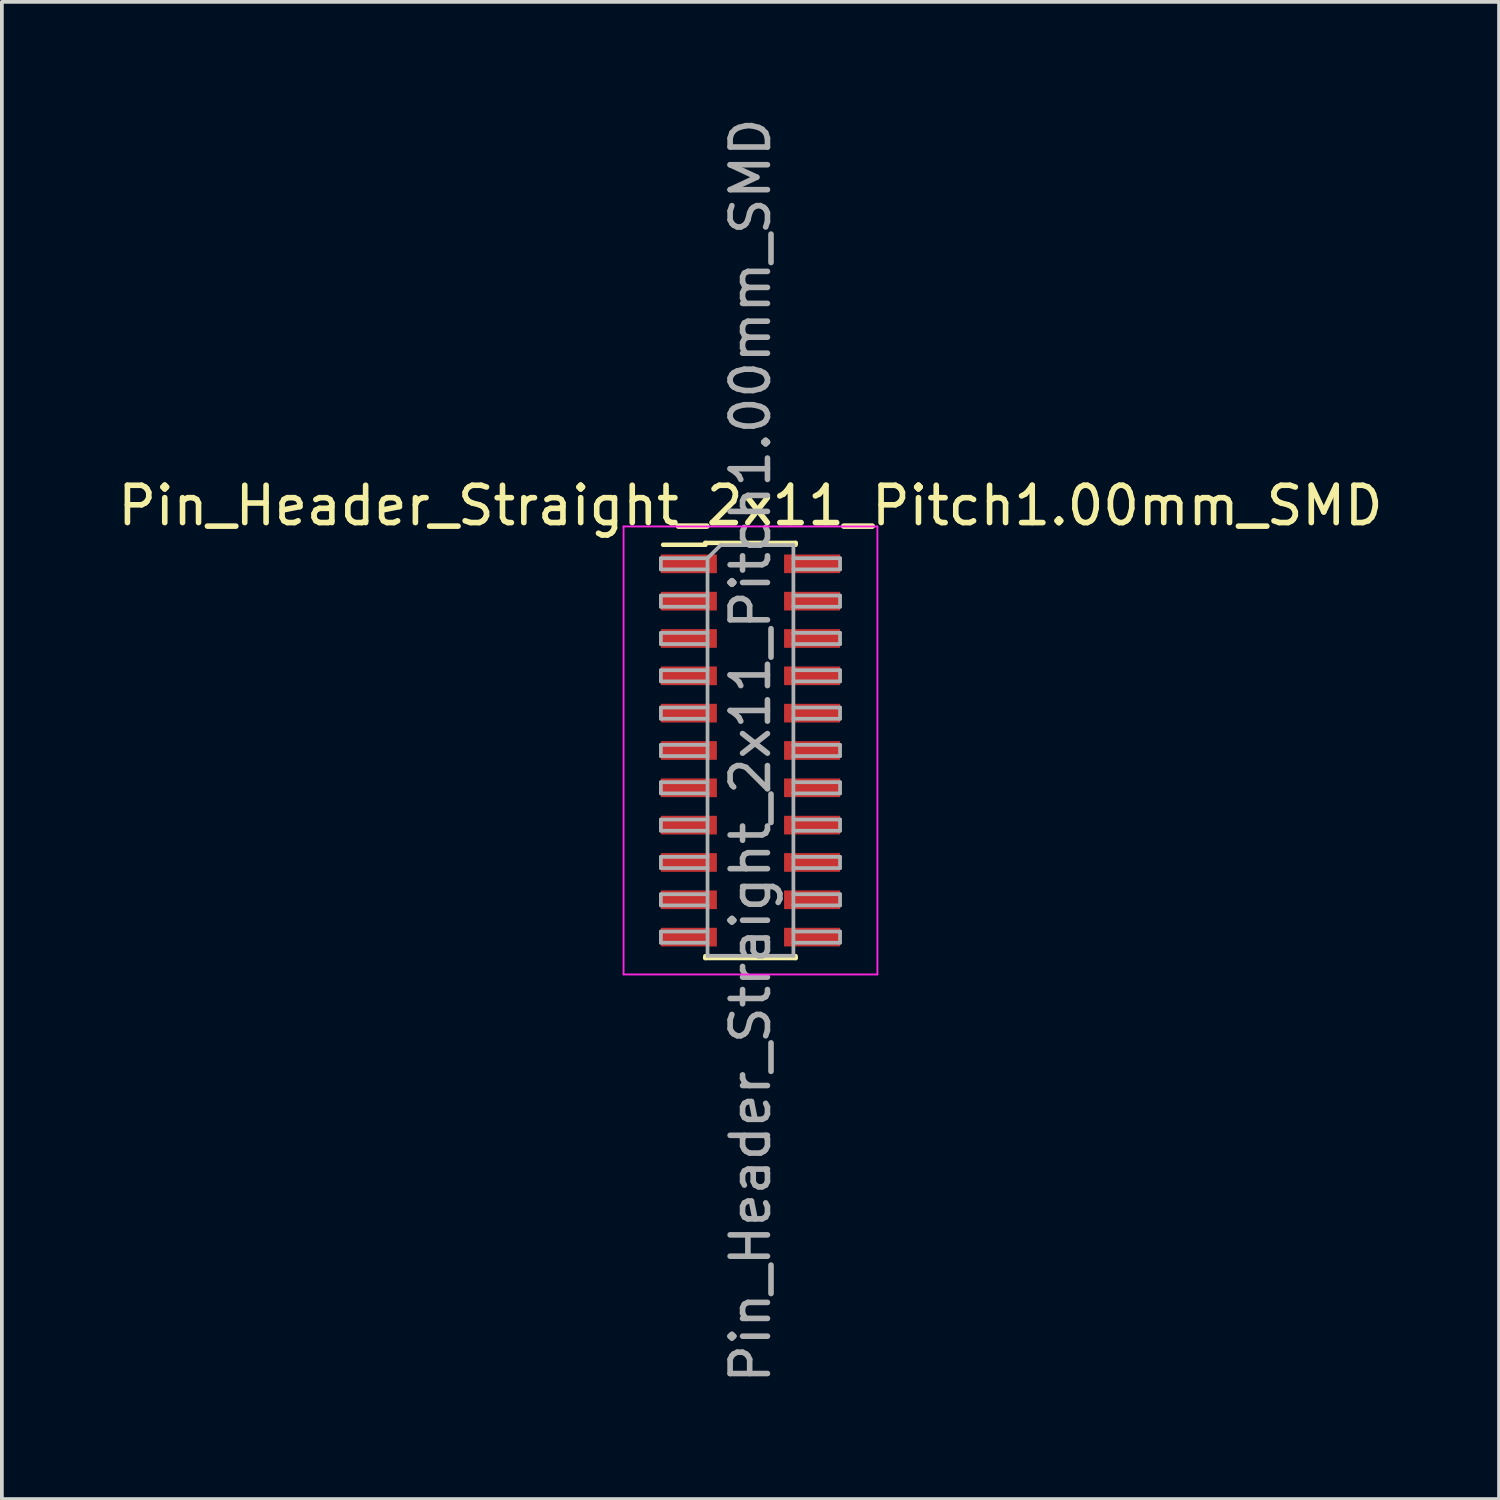
<source format=kicad_pcb>
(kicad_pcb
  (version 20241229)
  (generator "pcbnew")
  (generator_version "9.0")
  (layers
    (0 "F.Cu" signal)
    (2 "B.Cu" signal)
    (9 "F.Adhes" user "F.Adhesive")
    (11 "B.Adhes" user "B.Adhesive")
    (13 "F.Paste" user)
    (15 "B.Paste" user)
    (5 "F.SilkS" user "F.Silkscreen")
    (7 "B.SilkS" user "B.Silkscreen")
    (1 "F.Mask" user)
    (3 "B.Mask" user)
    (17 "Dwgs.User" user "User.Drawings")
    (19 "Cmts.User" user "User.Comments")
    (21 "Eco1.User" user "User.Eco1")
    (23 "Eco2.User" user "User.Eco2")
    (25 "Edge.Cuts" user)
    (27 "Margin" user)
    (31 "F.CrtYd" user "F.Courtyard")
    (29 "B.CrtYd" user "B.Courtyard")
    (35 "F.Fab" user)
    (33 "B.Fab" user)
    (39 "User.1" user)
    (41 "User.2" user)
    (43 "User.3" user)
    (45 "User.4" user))
  (footprint "Pin_Header_Straight_2x11_Pitch1.00mm_SMD"
    (layer "F.Cu")
    (at 17.054 17.054)
    (property "Reference" "Pin_Header_Straight_2x11_Pitch1.00mm_SMD" (at 0 -6.56 0) (layer "F.SilkS") (effects (font (size 1 1) (thickness 0.15))))
    (attr smd)
    (fp_line (start -2.34 -5.51) (end -1.21 -5.51) (stroke (width 0.12) (type solid)) (layer "F.SilkS"))
    (fp_line (start -1.21 -5.56) (end -1.21 -5.51) (stroke (width 0.12) (type solid)) (layer "F.SilkS"))
    (fp_line (start -1.21 -5.56) (end 1.21 -5.56) (stroke (width 0.12) (type solid)) (layer "F.SilkS"))
    (fp_line (start -1.21 5.51) (end -1.21 5.56) (stroke (width 0.12) (type solid)) (layer "F.SilkS"))
    (fp_line (start -1.21 5.56) (end 1.21 5.56) (stroke (width 0.12) (type solid)) (layer "F.SilkS"))
    (fp_line (start 1.21 -5.56) (end 1.21 -5.51) (stroke (width 0.12) (type solid)) (layer "F.SilkS"))
    (fp_line (start 1.21 5.51) (end 1.21 5.56) (stroke (width 0.12) (type solid)) (layer "F.SilkS"))
    (fp_line (start -3.4 -6) (end -3.4 6) (stroke (width 0.05) (type solid)) (layer "F.CrtYd"))
    (fp_line (start -3.4 6) (end 3.4 6) (stroke (width 0.05) (type solid)) (layer "F.CrtYd"))
    (fp_line (start 3.4 -6) (end -3.4 -6) (stroke (width 0.05) (type solid)) (layer "F.CrtYd"))
    (fp_line (start 3.4 6) (end 3.4 -6) (stroke (width 0.05) (type solid)) (layer "F.CrtYd"))
    (fp_line (start -2.4 -5.15) (end -2.4 -4.85) (stroke (width 0.1) (type solid)) (layer "F.Fab"))
    (fp_line (start -2.4 -4.85) (end -1.15 -4.85) (stroke (width 0.1) (type solid)) (layer "F.Fab"))
    (fp_line (start -2.4 -4.15) (end -2.4 -3.85) (stroke (width 0.1) (type solid)) (layer "F.Fab"))
    (fp_line (start -2.4 -3.85) (end -1.15 -3.85) (stroke (width 0.1) (type solid)) (layer "F.Fab"))
    (fp_line (start -2.4 -3.15) (end -2.4 -2.85) (stroke (width 0.1) (type solid)) (layer "F.Fab"))
    (fp_line (start -2.4 -2.85) (end -1.15 -2.85) (stroke (width 0.1) (type solid)) (layer "F.Fab"))
    (fp_line (start -2.4 -2.15) (end -2.4 -1.85) (stroke (width 0.1) (type solid)) (layer "F.Fab"))
    (fp_line (start -2.4 -1.85) (end -1.15 -1.85) (stroke (width 0.1) (type solid)) (layer "F.Fab"))
    (fp_line (start -2.4 -1.15) (end -2.4 -0.85) (stroke (width 0.1) (type solid)) (layer "F.Fab"))
    (fp_line (start -2.4 -0.85) (end -1.15 -0.85) (stroke (width 0.1) (type solid)) (layer "F.Fab"))
    (fp_line (start -2.4 -0.15) (end -2.4 0.15) (stroke (width 0.1) (type solid)) (layer "F.Fab"))
    (fp_line (start -2.4 0.15) (end -1.15 0.15) (stroke (width 0.1) (type solid)) (layer "F.Fab"))
    (fp_line (start -2.4 0.85) (end -2.4 1.15) (stroke (width 0.1) (type solid)) (layer "F.Fab"))
    (fp_line (start -2.4 1.15) (end -1.15 1.15) (stroke (width 0.1) (type solid)) (layer "F.Fab"))
    (fp_line (start -2.4 1.85) (end -2.4 2.15) (stroke (width 0.1) (type solid)) (layer "F.Fab"))
    (fp_line (start -2.4 2.15) (end -1.15 2.15) (stroke (width 0.1) (type solid)) (layer "F.Fab"))
    (fp_line (start -2.4 2.85) (end -2.4 3.15) (stroke (width 0.1) (type solid)) (layer "F.Fab"))
    (fp_line (start -2.4 3.15) (end -1.15 3.15) (stroke (width 0.1) (type solid)) (layer "F.Fab"))
    (fp_line (start -2.4 3.85) (end -2.4 4.15) (stroke (width 0.1) (type solid)) (layer "F.Fab"))
    (fp_line (start -2.4 4.15) (end -1.15 4.15) (stroke (width 0.1) (type solid)) (layer "F.Fab"))
    (fp_line (start -2.4 4.85) (end -2.4 5.15) (stroke (width 0.1) (type solid)) (layer "F.Fab"))
    (fp_line (start -2.4 5.15) (end -1.15 5.15) (stroke (width 0.1) (type solid)) (layer "F.Fab"))
    (fp_line (start -1.15 -5.15) (end -2.4 -5.15) (stroke (width 0.1) (type solid)) (layer "F.Fab"))
    (fp_line (start -1.15 -5.15) (end -0.8 -5.5) (stroke (width 0.1) (type solid)) (layer "F.Fab"))
    (fp_line (start -1.15 -4.15) (end -2.4 -4.15) (stroke (width 0.1) (type solid)) (layer "F.Fab"))
    (fp_line (start -1.15 -3.15) (end -2.4 -3.15) (stroke (width 0.1) (type solid)) (layer "F.Fab"))
    (fp_line (start -1.15 -2.15) (end -2.4 -2.15) (stroke (width 0.1) (type solid)) (layer "F.Fab"))
    (fp_line (start -1.15 -1.15) (end -2.4 -1.15) (stroke (width 0.1) (type solid)) (layer "F.Fab"))
    (fp_line (start -1.15 -0.15) (end -2.4 -0.15) (stroke (width 0.1) (type solid)) (layer "F.Fab"))
    (fp_line (start -1.15 0.85) (end -2.4 0.85) (stroke (width 0.1) (type solid)) (layer "F.Fab"))
    (fp_line (start -1.15 1.85) (end -2.4 1.85) (stroke (width 0.1) (type solid)) (layer "F.Fab"))
    (fp_line (start -1.15 2.85) (end -2.4 2.85) (stroke (width 0.1) (type solid)) (layer "F.Fab"))
    (fp_line (start -1.15 3.85) (end -2.4 3.85) (stroke (width 0.1) (type solid)) (layer "F.Fab"))
    (fp_line (start -1.15 4.85) (end -2.4 4.85) (stroke (width 0.1) (type solid)) (layer "F.Fab"))
    (fp_line (start -1.15 5.5) (end -1.15 -5.15) (stroke (width 0.1) (type solid)) (layer "F.Fab"))
    (fp_line (start -0.8 -5.5) (end 1.15 -5.5) (stroke (width 0.1) (type solid)) (layer "F.Fab"))
    (fp_line (start 1.15 -5.5) (end 1.15 5.5) (stroke (width 0.1) (type solid)) (layer "F.Fab"))
    (fp_line (start 1.15 -5.15) (end 2.4 -5.15) (stroke (width 0.1) (type solid)) (layer "F.Fab"))
    (fp_line (start 1.15 -4.15) (end 2.4 -4.15) (stroke (width 0.1) (type solid)) (layer "F.Fab"))
    (fp_line (start 1.15 -3.15) (end 2.4 -3.15) (stroke (width 0.1) (type solid)) (layer "F.Fab"))
    (fp_line (start 1.15 -2.15) (end 2.4 -2.15) (stroke (width 0.1) (type solid)) (layer "F.Fab"))
    (fp_line (start 1.15 -1.15) (end 2.4 -1.15) (stroke (width 0.1) (type solid)) (layer "F.Fab"))
    (fp_line (start 1.15 -0.15) (end 2.4 -0.15) (stroke (width 0.1) (type solid)) (layer "F.Fab"))
    (fp_line (start 1.15 0.85) (end 2.4 0.85) (stroke (width 0.1) (type solid)) (layer "F.Fab"))
    (fp_line (start 1.15 1.85) (end 2.4 1.85) (stroke (width 0.1) (type solid)) (layer "F.Fab"))
    (fp_line (start 1.15 2.85) (end 2.4 2.85) (stroke (width 0.1) (type solid)) (layer "F.Fab"))
    (fp_line (start 1.15 3.85) (end 2.4 3.85) (stroke (width 0.1) (type solid)) (layer "F.Fab"))
    (fp_line (start 1.15 4.85) (end 2.4 4.85) (stroke (width 0.1) (type solid)) (layer "F.Fab"))
    (fp_line (start 1.15 5.5) (end -1.15 5.5) (stroke (width 0.1) (type solid)) (layer "F.Fab"))
    (fp_line (start 2.4 -5.15) (end 2.4 -4.85) (stroke (width 0.1) (type solid)) (layer "F.Fab"))
    (fp_line (start 2.4 -4.85) (end 1.15 -4.85) (stroke (width 0.1) (type solid)) (layer "F.Fab"))
    (fp_line (start 2.4 -4.15) (end 2.4 -3.85) (stroke (width 0.1) (type solid)) (layer "F.Fab"))
    (fp_line (start 2.4 -3.85) (end 1.15 -3.85) (stroke (width 0.1) (type solid)) (layer "F.Fab"))
    (fp_line (start 2.4 -3.15) (end 2.4 -2.85) (stroke (width 0.1) (type solid)) (layer "F.Fab"))
    (fp_line (start 2.4 -2.85) (end 1.15 -2.85) (stroke (width 0.1) (type solid)) (layer "F.Fab"))
    (fp_line (start 2.4 -2.15) (end 2.4 -1.85) (stroke (width 0.1) (type solid)) (layer "F.Fab"))
    (fp_line (start 2.4 -1.85) (end 1.15 -1.85) (stroke (width 0.1) (type solid)) (layer "F.Fab"))
    (fp_line (start 2.4 -1.15) (end 2.4 -0.85) (stroke (width 0.1) (type solid)) (layer "F.Fab"))
    (fp_line (start 2.4 -0.85) (end 1.15 -0.85) (stroke (width 0.1) (type solid)) (layer "F.Fab"))
    (fp_line (start 2.4 -0.15) (end 2.4 0.15) (stroke (width 0.1) (type solid)) (layer "F.Fab"))
    (fp_line (start 2.4 0.15) (end 1.15 0.15) (stroke (width 0.1) (type solid)) (layer "F.Fab"))
    (fp_line (start 2.4 0.85) (end 2.4 1.15) (stroke (width 0.1) (type solid)) (layer "F.Fab"))
    (fp_line (start 2.4 1.15) (end 1.15 1.15) (stroke (width 0.1) (type solid)) (layer "F.Fab"))
    (fp_line (start 2.4 1.85) (end 2.4 2.15) (stroke (width 0.1) (type solid)) (layer "F.Fab"))
    (fp_line (start 2.4 2.15) (end 1.15 2.15) (stroke (width 0.1) (type solid)) (layer "F.Fab"))
    (fp_line (start 2.4 2.85) (end 2.4 3.15) (stroke (width 0.1) (type solid)) (layer "F.Fab"))
    (fp_line (start 2.4 3.15) (end 1.15 3.15) (stroke (width 0.1) (type solid)) (layer "F.Fab"))
    (fp_line (start 2.4 3.85) (end 2.4 4.15) (stroke (width 0.1) (type solid)) (layer "F.Fab"))
    (fp_line (start 2.4 4.15) (end 1.15 4.15) (stroke (width 0.1) (type solid)) (layer "F.Fab"))
    (fp_line (start 2.4 4.85) (end 2.4 5.15) (stroke (width 0.1) (type solid)) (layer "F.Fab"))
    (fp_line (start 2.4 5.15) (end 1.15 5.15) (stroke (width 0.1) (type solid)) (layer "F.Fab"))
    (fp_text user "${REFERENCE}" (at 0 0 90) (layer "F.Fab") (effects (font (size 1 1) (thickness 0.15))))
    (pad "1" smd rect (at -1.65 -5) (size 1.5 0.5) (layers "F.Cu" "F.Mask" "F.Paste"))
    (pad "2" smd rect (at 1.65 -5) (size 1.5 0.5) (layers "F.Cu" "F.Mask" "F.Paste"))
    (pad "3" smd rect (at -1.65 -4) (size 1.5 0.5) (layers "F.Cu" "F.Mask" "F.Paste"))
    (pad "4" smd rect (at 1.65 -4) (size 1.5 0.5) (layers "F.Cu" "F.Mask" "F.Paste"))
    (pad "5" smd rect (at -1.65 -3) (size 1.5 0.5) (layers "F.Cu" "F.Mask" "F.Paste"))
    (pad "6" smd rect (at 1.65 -3) (size 1.5 0.5) (layers "F.Cu" "F.Mask" "F.Paste"))
    (pad "7" smd rect (at -1.65 -2) (size 1.5 0.5) (layers "F.Cu" "F.Mask" "F.Paste"))
    (pad "8" smd rect (at 1.65 -2) (size 1.5 0.5) (layers "F.Cu" "F.Mask" "F.Paste"))
    (pad "9" smd rect (at -1.65 -1) (size 1.5 0.5) (layers "F.Cu" "F.Mask" "F.Paste"))
    (pad "10" smd rect (at 1.65 -1) (size 1.5 0.5) (layers "F.Cu" "F.Mask" "F.Paste"))
    (pad "11" smd rect (at -1.65 0) (size 1.5 0.5) (layers "F.Cu" "F.Mask" "F.Paste"))
    (pad "12" smd rect (at 1.65 0) (size 1.5 0.5) (layers "F.Cu" "F.Mask" "F.Paste"))
    (pad "13" smd rect (at -1.65 1) (size 1.5 0.5) (layers "F.Cu" "F.Mask" "F.Paste"))
    (pad "14" smd rect (at 1.65 1) (size 1.5 0.5) (layers "F.Cu" "F.Mask" "F.Paste"))
    (pad "15" smd rect (at -1.65 2) (size 1.5 0.5) (layers "F.Cu" "F.Mask" "F.Paste"))
    (pad "16" smd rect (at 1.65 2) (size 1.5 0.5) (layers "F.Cu" "F.Mask" "F.Paste"))
    (pad "17" smd rect (at -1.65 3) (size 1.5 0.5) (layers "F.Cu" "F.Mask" "F.Paste"))
    (pad "18" smd rect (at 1.65 3) (size 1.5 0.5) (layers "F.Cu" "F.Mask" "F.Paste"))
    (pad "19" smd rect (at -1.65 4) (size 1.5 0.5) (layers "F.Cu" "F.Mask" "F.Paste"))
    (pad "20" smd rect (at 1.65 4) (size 1.5 0.5) (layers "F.Cu" "F.Mask" "F.Paste"))
    (pad "21" smd rect (at -1.65 5) (size 1.5 0.5) (layers "F.Cu" "F.Mask" "F.Paste"))
    (pad "22" smd rect (at 1.65 5) (size 1.5 0.5) (layers "F.Cu" "F.Mask" "F.Paste")))
  (gr_rect
    (start -3 -3)
    (end 37.107 37.107)
    (stroke (width 0.1) (type default))
    (fill no)
    (layer "Edge.Cuts")))
</source>
